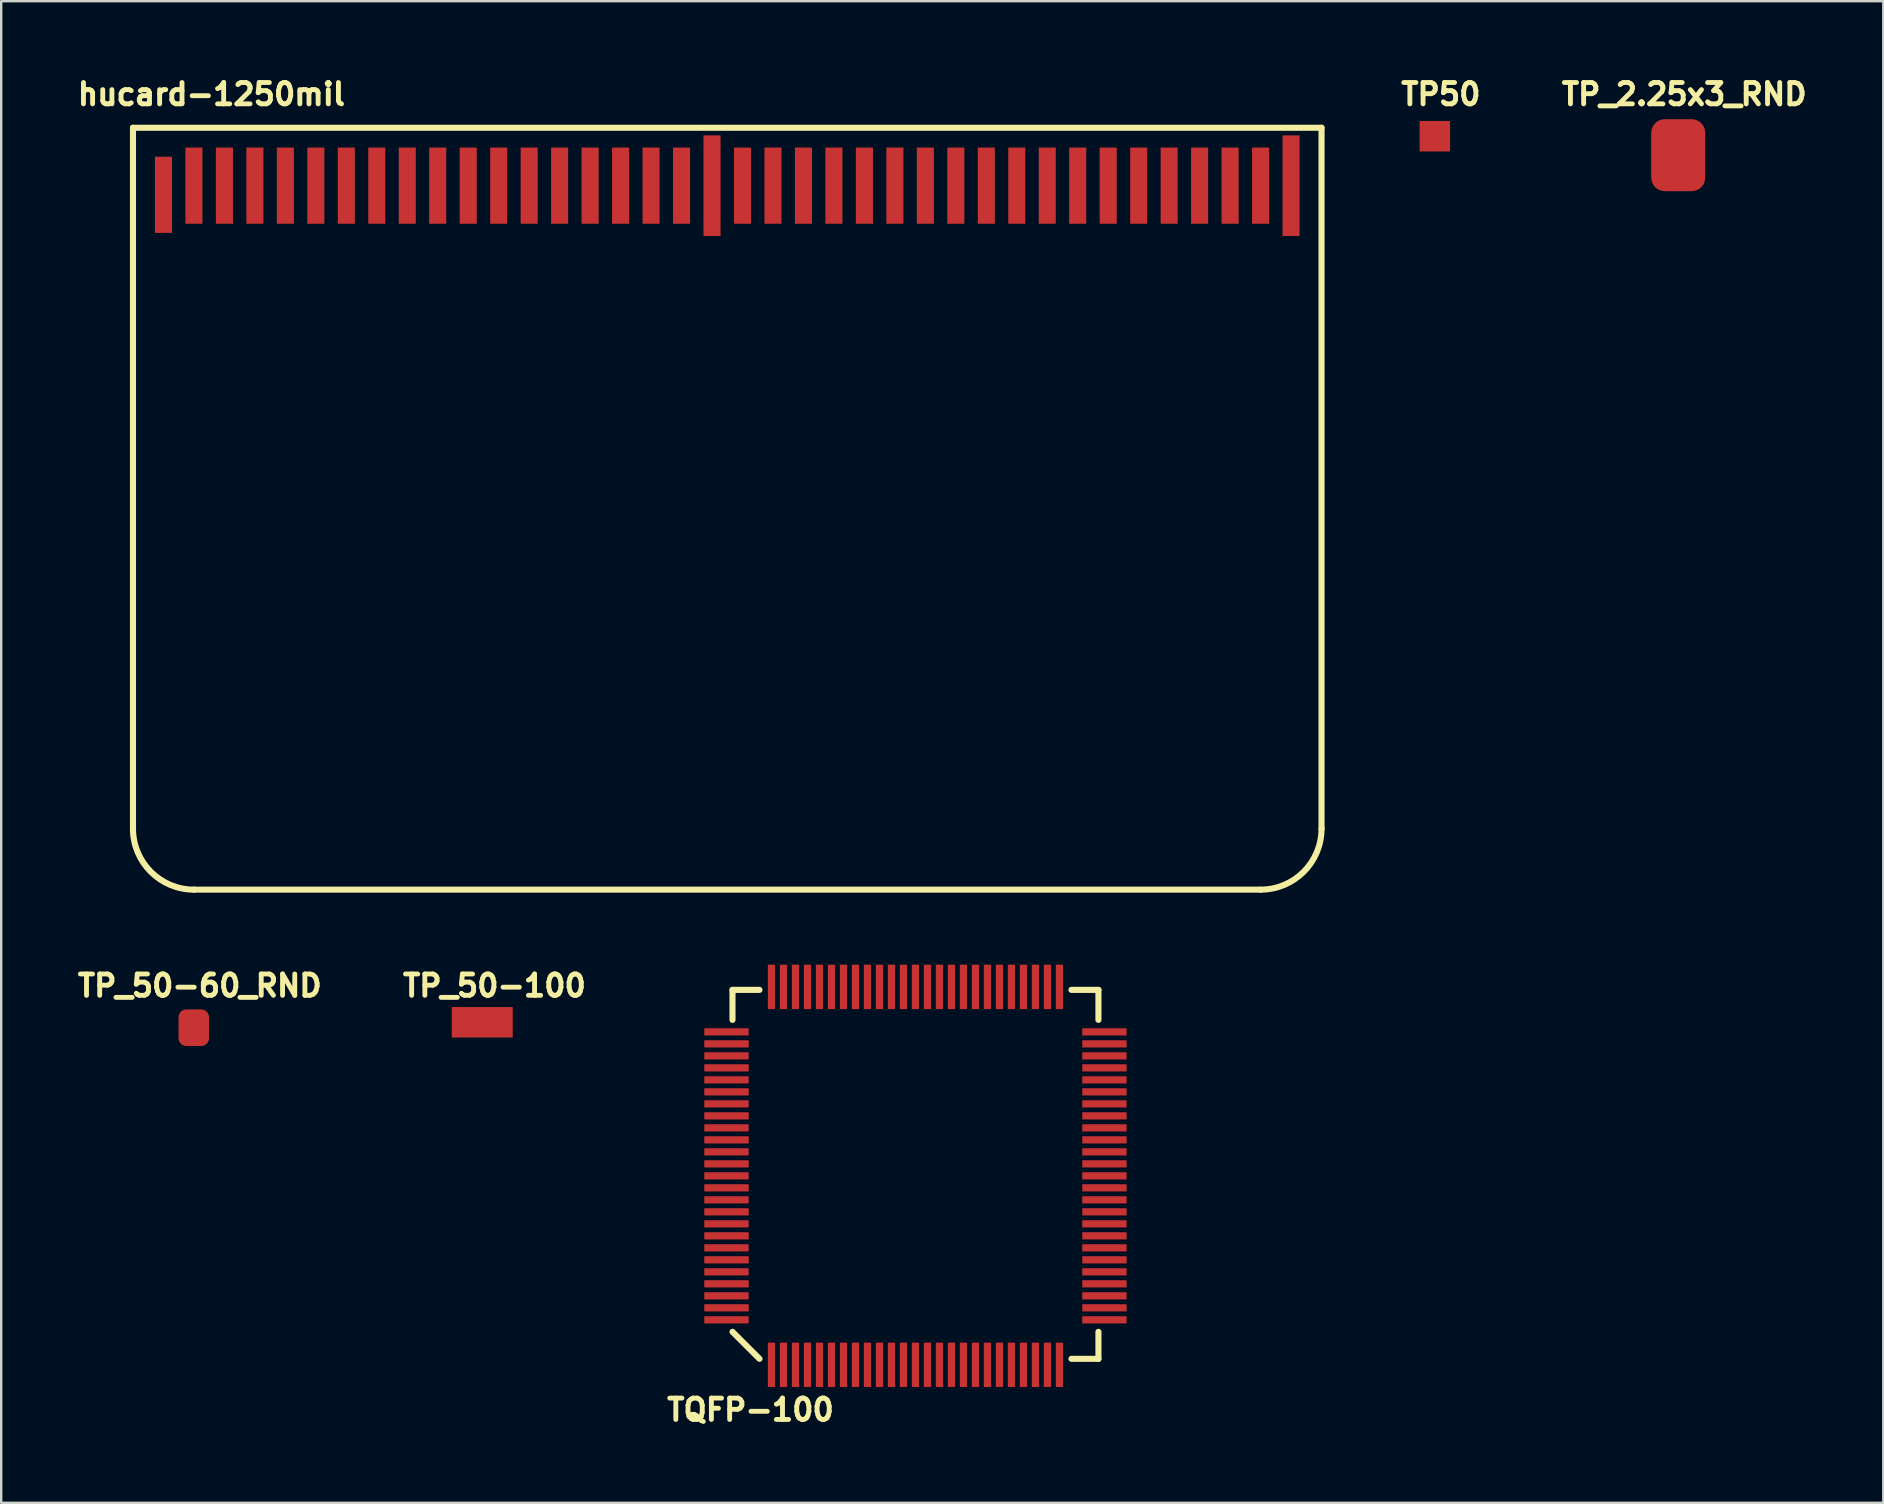
<source format=kicad_pcb>
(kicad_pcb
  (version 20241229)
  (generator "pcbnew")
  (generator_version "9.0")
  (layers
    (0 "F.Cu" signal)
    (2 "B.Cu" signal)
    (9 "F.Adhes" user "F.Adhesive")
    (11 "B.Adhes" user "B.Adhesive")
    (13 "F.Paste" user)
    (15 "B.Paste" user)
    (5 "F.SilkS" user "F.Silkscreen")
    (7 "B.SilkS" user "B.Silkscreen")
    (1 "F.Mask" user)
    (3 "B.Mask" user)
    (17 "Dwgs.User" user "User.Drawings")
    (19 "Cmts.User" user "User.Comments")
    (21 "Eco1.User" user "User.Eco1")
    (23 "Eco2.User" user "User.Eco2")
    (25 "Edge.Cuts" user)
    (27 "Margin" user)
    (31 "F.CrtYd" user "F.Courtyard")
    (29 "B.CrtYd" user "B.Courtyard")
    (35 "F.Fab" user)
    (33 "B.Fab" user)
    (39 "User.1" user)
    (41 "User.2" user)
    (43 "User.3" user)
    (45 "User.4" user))
  (footprint "TP50"
    (layer "F.Cu")
    (at 56.744 2.627)
    (property "Reference" "TP50" (at 0.25 -1.75 0) (layer "F.SilkS") (effects (font (size 0.889 0.889) (thickness 0.203))))
    (attr through_hole)
    (pad "1" smd rect (at 0 0) (size 1.27 1.27) (layers "F.Cu" "F.Mask" "F.Paste")))
  (footprint "hucard-1250mil"
    (layer "F.Cu")
    (at 3.762 4.687)
    (property "Reference" "hucard-1250mil" (at 2 -3.81 0) (layer "F.SilkS") (effects (font (size 0.889 0.889) (thickness 0.203))))
    (attr through_hole)
    (fp_line (start -1.27 -2.413) (end -1.27 26.797) (stroke (width 0.254) (type solid)) (layer "F.SilkS"))
    (fp_line (start -1.27 -2.413) (end 48.26 -2.413) (stroke (width 0.254) (type solid)) (layer "F.SilkS"))
    (fp_line (start 45.72 29.337) (end 1.27 29.337) (stroke (width 0.254) (type solid)) (layer "F.SilkS"))
    (fp_line (start 48.26 -2.413) (end 48.26 26.797) (stroke (width 0.254) (type solid)) (layer "F.SilkS"))
    (fp_arc (start 1.27 29.337) (mid -0.526051 28.593051) (end -1.27 26.797) (stroke (width 0.254) (type solid)) (layer "F.SilkS"))
    (fp_arc (start 48.26 26.797) (mid 47.516051 28.593051) (end 45.72 29.337) (stroke (width 0.254) (type solid)) (layer "F.SilkS"))
    (pad "1" smd rect (at 0 0.381) (size 0.711 3.175) (layers "F.Cu" "F.Mask" "F.Paste"))
    (pad "2" smd rect (at 1.27 0) (size 0.711 3.175) (layers "F.Cu" "F.Mask" "F.Paste"))
    (pad "3" smd rect (at 2.54 0) (size 0.711 3.175) (layers "F.Cu" "F.Mask" "F.Paste"))
    (pad "4" smd rect (at 3.81 0) (size 0.711 3.175) (layers "F.Cu" "F.Mask" "F.Paste"))
    (pad "5" smd rect (at 5.08 0) (size 0.711 3.175) (layers "F.Cu" "F.Mask" "F.Paste"))
    (pad "6" smd rect (at 6.35 0) (size 0.711 3.175) (layers "F.Cu" "F.Mask" "F.Paste"))
    (pad "7" smd rect (at 7.62 0) (size 0.711 3.175) (layers "F.Cu" "F.Mask" "F.Paste"))
    (pad "8" smd rect (at 8.89 0) (size 0.711 3.175) (layers "F.Cu" "F.Mask" "F.Paste"))
    (pad "9" smd rect (at 10.16 0) (size 0.711 3.175) (layers "F.Cu" "F.Mask" "F.Paste"))
    (pad "10" smd rect (at 11.43 0) (size 0.711 3.175) (layers "F.Cu" "F.Mask" "F.Paste"))
    (pad "11" smd rect (at 12.7 0) (size 0.711 3.175) (layers "F.Cu" "F.Mask" "F.Paste"))
    (pad "12" smd rect (at 13.97 0) (size 0.711 3.175) (layers "F.Cu" "F.Mask" "F.Paste"))
    (pad "13" smd rect (at 15.24 0) (size 0.711 3.175) (layers "F.Cu" "F.Mask" "F.Paste"))
    (pad "14" smd rect (at 16.51 0) (size 0.711 3.175) (layers "F.Cu" "F.Mask" "F.Paste"))
    (pad "15" smd rect (at 17.78 0) (size 0.711 3.175) (layers "F.Cu" "F.Mask" "F.Paste"))
    (pad "16" smd rect (at 19.05 0) (size 0.711 3.175) (layers "F.Cu" "F.Mask" "F.Paste"))
    (pad "17" smd rect (at 20.32 0) (size 0.711 3.175) (layers "F.Cu" "F.Mask" "F.Paste"))
    (pad "18" smd rect (at 21.59 0) (size 0.711 3.175) (layers "F.Cu" "F.Mask" "F.Paste"))
    (pad "19" smd rect (at 22.86 0) (size 0.711 4.191) (layers "F.Cu" "F.Mask" "F.Paste"))
    (pad "20" smd rect (at 24.13 0) (size 0.711 3.175) (layers "F.Cu" "F.Mask" "F.Paste"))
    (pad "21" smd rect (at 25.4 0) (size 0.711 3.175) (layers "F.Cu" "F.Mask" "F.Paste"))
    (pad "22" smd rect (at 26.67 0) (size 0.711 3.175) (layers "F.Cu" "F.Mask" "F.Paste"))
    (pad "23" smd rect (at 27.94 0) (size 0.711 3.175) (layers "F.Cu" "F.Mask" "F.Paste"))
    (pad "24" smd rect (at 29.21 0) (size 0.711 3.175) (layers "F.Cu" "F.Mask" "F.Paste"))
    (pad "25" smd rect (at 30.48 0) (size 0.711 3.175) (layers "F.Cu" "F.Mask" "F.Paste"))
    (pad "26" smd rect (at 31.75 0) (size 0.711 3.175) (layers "F.Cu" "F.Mask" "F.Paste"))
    (pad "27" smd rect (at 33.02 0) (size 0.711 3.175) (layers "F.Cu" "F.Mask" "F.Paste"))
    (pad "28" smd rect (at 34.29 0) (size 0.711 3.175) (layers "F.Cu" "F.Mask" "F.Paste"))
    (pad "29" smd rect (at 35.56 0) (size 0.711 3.175) (layers "F.Cu" "F.Mask" "F.Paste"))
    (pad "30" smd rect (at 36.83 0) (size 0.711 3.175) (layers "F.Cu" "F.Mask" "F.Paste"))
    (pad "31" smd rect (at 38.1 0) (size 0.711 3.175) (layers "F.Cu" "F.Mask" "F.Paste"))
    (pad "32" smd rect (at 39.37 0) (size 0.711 3.175) (layers "F.Cu" "F.Mask" "F.Paste"))
    (pad "33" smd rect (at 40.64 0) (size 0.711 3.175) (layers "F.Cu" "F.Mask" "F.Paste"))
    (pad "34" smd rect (at 41.91 0) (size 0.711 3.175) (layers "F.Cu" "F.Mask" "F.Paste"))
    (pad "35" smd rect (at 43.18 0) (size 0.711 3.175) (layers "F.Cu" "F.Mask" "F.Paste"))
    (pad "36" smd rect (at 44.45 0) (size 0.711 3.175) (layers "F.Cu" "F.Mask" "F.Paste"))
    (pad "37" smd rect (at 45.72 0) (size 0.711 3.175) (layers "F.Cu" "F.Mask" "F.Paste"))
    (pad "38" smd rect (at 46.99 0) (size 0.711 4.191) (layers "F.Cu" "F.Mask" "F.Paste")))
  (footprint "TP_50-60_RND"
    (layer "F.Cu")
    (at 5.025 39.777)
    (property "Reference" "TP_50-60_RND" (at 0.25 -1.75 0) (layer "F.SilkS") (effects (font (size 0.889 0.889) (thickness 0.203))))
    (attr through_hole)
    (pad "1" smd roundrect (at 0 0) (size 1.27 1.524) (layers "F.Cu" "F.Mask" "F.Paste") (roundrect_rratio 0.25)))
  (footprint "TP_2.25x3_RND"
    (layer "F.Cu")
    (at 66.886 3.417)
    (property "Reference" "TP_2.25x3_RND" (at 0.25 -2.54 0) (layer "F.SilkS") (effects (font (size 0.889 0.889) (thickness 0.203))))
    (attr through_hole)
    (pad "1" smd roundrect (at 0 0) (size 2.25 3) (layers "F.Cu" "F.Mask" "F.Paste") (roundrect_rratio 0.25)))
  (footprint "TQFP-100"
    (layer "F.Cu")
    (at 29.1 53.826)
    (property "Reference" "TQFP-100" (at -0.875 1.875 0) (layer "F.SilkS") (effects (font (size 0.889 0.889) (thickness 0.203))))
    (attr through_hole)
    (fp_line (start -1.625 -15.625) (end -1.625 -14.375) (stroke (width 0.254) (type solid)) (layer "F.SilkS"))
    (fp_line (start -1.625 -1.375) (end -0.5 -0.25) (stroke (width 0.254) (type solid)) (layer "F.SilkS"))
    (fp_line (start -0.5 -15.625) (end -1.625 -15.625) (stroke (width 0.254) (type solid)) (layer "F.SilkS"))
    (fp_line (start 12.5 -0.25) (end 13.625 -0.25) (stroke (width 0.254) (type solid)) (layer "F.SilkS"))
    (fp_line (start 13.625 -15.625) (end 12.5 -15.625) (stroke (width 0.254) (type solid)) (layer "F.SilkS"))
    (fp_line (start 13.625 -14.375) (end 13.625 -15.625) (stroke (width 0.254) (type solid)) (layer "F.SilkS"))
    (fp_line (start 13.625 -0.25) (end 13.625 -1.375) (stroke (width 0.254) (type solid)) (layer "F.SilkS"))
    (pad "1" smd rect (at 0 0 90) (size 1.85 0.3) (layers "F.Cu" "F.Mask" "F.Paste"))
    (pad "2" smd rect (at 0.5 0 90) (size 1.85 0.3) (layers "F.Cu" "F.Mask" "F.Paste"))
    (pad "3" smd rect (at 1 0 90) (size 1.85 0.3) (layers "F.Cu" "F.Mask" "F.Paste"))
    (pad "4" smd rect (at 1.5 0 90) (size 1.85 0.3) (layers "F.Cu" "F.Mask" "F.Paste"))
    (pad "5" smd rect (at 2 0 90) (size 1.85 0.3) (layers "F.Cu" "F.Mask" "F.Paste"))
    (pad "6" smd rect (at 2.5 0 90) (size 1.85 0.3) (layers "F.Cu" "F.Mask" "F.Paste"))
    (pad "7" smd rect (at 3 0 90) (size 1.85 0.3) (layers "F.Cu" "F.Mask" "F.Paste"))
    (pad "8" smd rect (at 3.5 0 90) (size 1.85 0.3) (layers "F.Cu" "F.Mask" "F.Paste"))
    (pad "9" smd rect (at 4 0 90) (size 1.85 0.3) (layers "F.Cu" "F.Mask" "F.Paste"))
    (pad "10" smd rect (at 4.5 0 90) (size 1.85 0.3) (layers "F.Cu" "F.Mask" "F.Paste"))
    (pad "11" smd rect (at 5 0 90) (size 1.85 0.3) (layers "F.Cu" "F.Mask" "F.Paste"))
    (pad "12" smd rect (at 5.5 0 90) (size 1.85 0.3) (layers "F.Cu" "F.Mask" "F.Paste"))
    (pad "13" smd rect (at 6 0 90) (size 1.85 0.3) (layers "F.Cu" "F.Mask" "F.Paste"))
    (pad "14" smd rect (at 6.5 0 90) (size 1.85 0.3) (layers "F.Cu" "F.Mask" "F.Paste"))
    (pad "15" smd rect (at 7 0 90) (size 1.85 0.3) (layers "F.Cu" "F.Mask" "F.Paste"))
    (pad "16" smd rect (at 7.5 0 90) (size 1.85 0.3) (layers "F.Cu" "F.Mask" "F.Paste"))
    (pad "17" smd rect (at 8 0 90) (size 1.85 0.3) (layers "F.Cu" "F.Mask" "F.Paste"))
    (pad "18" smd rect (at 8.5 0 90) (size 1.85 0.3) (layers "F.Cu" "F.Mask" "F.Paste"))
    (pad "19" smd rect (at 9 0 90) (size 1.85 0.3) (layers "F.Cu" "F.Mask" "F.Paste"))
    (pad "20" smd rect (at 9.5 0 90) (size 1.85 0.3) (layers "F.Cu" "F.Mask" "F.Paste"))
    (pad "21" smd rect (at 10 0 90) (size 1.85 0.3) (layers "F.Cu" "F.Mask" "F.Paste"))
    (pad "22" smd rect (at 10.5 0 90) (size 1.85 0.3) (layers "F.Cu" "F.Mask" "F.Paste"))
    (pad "23" smd rect (at 11 0 90) (size 1.85 0.3) (layers "F.Cu" "F.Mask" "F.Paste"))
    (pad "24" smd rect (at 11.5 0 90) (size 1.85 0.3) (layers "F.Cu" "F.Mask" "F.Paste"))
    (pad "25" smd rect (at 12 0 90) (size 1.85 0.3) (layers "F.Cu" "F.Mask" "F.Paste"))
    (pad "26" smd rect (at 13.875 -1.875 180) (size 1.85 0.3) (layers "F.Cu" "F.Mask" "F.Paste"))
    (pad "27" smd rect (at 13.875 -2.375) (size 1.85 0.3) (layers "F.Cu" "F.Mask" "F.Paste"))
    (pad "28" smd rect (at 13.875 -2.875 180) (size 1.85 0.3) (layers "F.Cu" "F.Mask" "F.Paste"))
    (pad "29" smd rect (at 13.875 -3.375 180) (size 1.85 0.3) (layers "F.Cu" "F.Mask" "F.Paste"))
    (pad "30" smd rect (at 13.875 -3.875 180) (size 1.85 0.3) (layers "F.Cu" "F.Mask" "F.Paste"))
    (pad "31" smd rect (at 13.875 -4.375 180) (size 1.85 0.3) (layers "F.Cu" "F.Mask" "F.Paste"))
    (pad "32" smd rect (at 13.875 -4.875 180) (size 1.85 0.3) (layers "F.Cu" "F.Mask" "F.Paste"))
    (pad "33" smd rect (at 13.875 -5.375 180) (size 1.85 0.3) (layers "F.Cu" "F.Mask" "F.Paste"))
    (pad "34" smd rect (at 13.875 -5.875 180) (size 1.85 0.3) (layers "F.Cu" "F.Mask" "F.Paste"))
    (pad "35" smd rect (at 13.875 -6.375 180) (size 1.85 0.3) (layers "F.Cu" "F.Mask" "F.Paste"))
    (pad "36" smd rect (at 13.875 -6.875 180) (size 1.85 0.3) (layers "F.Cu" "F.Mask" "F.Paste"))
    (pad "37" smd rect (at 13.875 -7.375 180) (size 1.85 0.3) (layers "F.Cu" "F.Mask" "F.Paste"))
    (pad "38" smd rect (at 13.875 -7.875 180) (size 1.85 0.3) (layers "F.Cu" "F.Mask" "F.Paste"))
    (pad "39" smd rect (at 13.875 -8.375 180) (size 1.85 0.3) (layers "F.Cu" "F.Mask" "F.Paste"))
    (pad "40" smd rect (at 13.875 -8.875 180) (size 1.85 0.3) (layers "F.Cu" "F.Mask" "F.Paste"))
    (pad "41" smd rect (at 13.875 -9.375 180) (size 1.85 0.3) (layers "F.Cu" "F.Mask" "F.Paste"))
    (pad "42" smd rect (at 13.875 -9.875 180) (size 1.85 0.3) (layers "F.Cu" "F.Mask" "F.Paste"))
    (pad "43" smd rect (at 13.875 -10.375 180) (size 1.85 0.3) (layers "F.Cu" "F.Mask" "F.Paste"))
    (pad "44" smd rect (at 13.875 -10.875 180) (size 1.85 0.3) (layers "F.Cu" "F.Mask" "F.Paste"))
    (pad "45" smd rect (at 13.875 -11.375 180) (size 1.85 0.3) (layers "F.Cu" "F.Mask" "F.Paste"))
    (pad "46" smd rect (at 13.875 -11.875 180) (size 1.85 0.3) (layers "F.Cu" "F.Mask" "F.Paste"))
    (pad "47" smd rect (at 13.875 -12.375 180) (size 1.85 0.3) (layers "F.Cu" "F.Mask" "F.Paste"))
    (pad "48" smd rect (at 13.875 -12.875 180) (size 1.85 0.3) (layers "F.Cu" "F.Mask" "F.Paste"))
    (pad "49" smd rect (at 13.875 -13.375 180) (size 1.85 0.3) (layers "F.Cu" "F.Mask" "F.Paste"))
    (pad "50" smd rect (at 13.875 -13.875 180) (size 1.85 0.3) (layers "F.Cu" "F.Mask" "F.Paste"))
    (pad "51" smd rect (at 12 -15.75 90) (size 1.85 0.3) (layers "F.Cu" "F.Mask" "F.Paste"))
    (pad "52" smd rect (at 11.5 -15.75 90) (size 1.85 0.3) (layers "F.Cu" "F.Mask" "F.Paste"))
    (pad "53" smd rect (at 11 -15.75 90) (size 1.85 0.3) (layers "F.Cu" "F.Mask" "F.Paste"))
    (pad "54" smd rect (at 10.5 -15.75 90) (size 1.85 0.3) (layers "F.Cu" "F.Mask" "F.Paste"))
    (pad "55" smd rect (at 10 -15.75 90) (size 1.85 0.3) (layers "F.Cu" "F.Mask" "F.Paste"))
    (pad "56" smd rect (at 9.5 -15.75 90) (size 1.85 0.3) (layers "F.Cu" "F.Mask" "F.Paste"))
    (pad "57" smd rect (at 9 -15.75 90) (size 1.85 0.3) (layers "F.Cu" "F.Mask" "F.Paste"))
    (pad "58" smd rect (at 8.5 -15.75 90) (size 1.85 0.3) (layers "F.Cu" "F.Mask" "F.Paste"))
    (pad "59" smd rect (at 8 -15.75 90) (size 1.85 0.3) (layers "F.Cu" "F.Mask" "F.Paste"))
    (pad "60" smd rect (at 7.5 -15.75 90) (size 1.85 0.3) (layers "F.Cu" "F.Mask" "F.Paste"))
    (pad "61" smd rect (at 7 -15.75 90) (size 1.85 0.3) (layers "F.Cu" "F.Mask" "F.Paste"))
    (pad "62" smd rect (at 6.5 -15.75 90) (size 1.85 0.3) (layers "F.Cu" "F.Mask" "F.Paste"))
    (pad "63" smd rect (at 6 -15.75 90) (size 1.85 0.3) (layers "F.Cu" "F.Mask" "F.Paste"))
    (pad "64" smd rect (at 5.5 -15.75 90) (size 1.85 0.3) (layers "F.Cu" "F.Mask" "F.Paste"))
    (pad "65" smd rect (at 5 -15.75 90) (size 1.85 0.3) (layers "F.Cu" "F.Mask" "F.Paste"))
    (pad "66" smd rect (at 4.5 -15.75 90) (size 1.85 0.3) (layers "F.Cu" "F.Mask" "F.Paste"))
    (pad "67" smd rect (at 4 -15.75 90) (size 1.85 0.3) (layers "F.Cu" "F.Mask" "F.Paste"))
    (pad "68" smd rect (at 3.5 -15.75 90) (size 1.85 0.3) (layers "F.Cu" "F.Mask" "F.Paste"))
    (pad "69" smd rect (at 3 -15.75 90) (size 1.85 0.3) (layers "F.Cu" "F.Mask" "F.Paste"))
    (pad "70" smd rect (at 2.5 -15.75 90) (size 1.85 0.3) (layers "F.Cu" "F.Mask" "F.Paste"))
    (pad "71" smd rect (at 2 -15.75 90) (size 1.85 0.3) (layers "F.Cu" "F.Mask" "F.Paste"))
    (pad "72" smd rect (at 1.5 -15.75 90) (size 1.85 0.3) (layers "F.Cu" "F.Mask" "F.Paste"))
    (pad "73" smd rect (at 1 -15.75 90) (size 1.85 0.3) (layers "F.Cu" "F.Mask" "F.Paste"))
    (pad "74" smd rect (at 0.5 -15.75 90) (size 1.85 0.3) (layers "F.Cu" "F.Mask" "F.Paste"))
    (pad "75" smd rect (at 0 -15.75 90) (size 1.85 0.3) (layers "F.Cu" "F.Mask" "F.Paste"))
    (pad "76" smd rect (at -1.875 -13.875 180) (size 1.85 0.3) (layers "F.Cu" "F.Mask" "F.Paste"))
    (pad "77" smd rect (at -1.875 -13.375 180) (size 1.85 0.3) (layers "F.Cu" "F.Mask" "F.Paste"))
    (pad "78" smd rect (at -1.875 -12.875 180) (size 1.85 0.3) (layers "F.Cu" "F.Mask" "F.Paste"))
    (pad "79" smd rect (at -1.875 -12.375 180) (size 1.85 0.3) (layers "F.Cu" "F.Mask" "F.Paste"))
    (pad "80" smd rect (at -1.875 -11.875 180) (size 1.85 0.3) (layers "F.Cu" "F.Mask" "F.Paste"))
    (pad "81" smd rect (at -1.875 -11.375 180) (size 1.85 0.3) (layers "F.Cu" "F.Mask" "F.Paste"))
    (pad "82" smd rect (at -1.875 -10.875 180) (size 1.85 0.3) (layers "F.Cu" "F.Mask" "F.Paste"))
    (pad "83" smd rect (at -1.875 -10.375 180) (size 1.85 0.3) (layers "F.Cu" "F.Mask" "F.Paste"))
    (pad "84" smd rect (at -1.875 -9.875 180) (size 1.85 0.3) (layers "F.Cu" "F.Mask" "F.Paste"))
    (pad "85" smd rect (at -1.875 -9.375 180) (size 1.85 0.3) (layers "F.Cu" "F.Mask" "F.Paste"))
    (pad "86" smd rect (at -1.875 -8.875 180) (size 1.85 0.3) (layers "F.Cu" "F.Mask" "F.Paste"))
    (pad "87" smd rect (at -1.875 -8.375 180) (size 1.85 0.3) (layers "F.Cu" "F.Mask" "F.Paste"))
    (pad "88" smd rect (at -1.875 -7.875 180) (size 1.85 0.3) (layers "F.Cu" "F.Mask" "F.Paste"))
    (pad "89" smd rect (at -1.875 -7.375 180) (size 1.85 0.3) (layers "F.Cu" "F.Mask" "F.Paste"))
    (pad "90" smd rect (at -1.875 -6.875 180) (size 1.85 0.3) (layers "F.Cu" "F.Mask" "F.Paste"))
    (pad "91" smd rect (at -1.875 -6.375 180) (size 1.85 0.3) (layers "F.Cu" "F.Mask" "F.Paste"))
    (pad "92" smd rect (at -1.875 -5.875 180) (size 1.85 0.3) (layers "F.Cu" "F.Mask" "F.Paste"))
    (pad "93" smd rect (at -1.875 -5.375 180) (size 1.85 0.3) (layers "F.Cu" "F.Mask" "F.Paste"))
    (pad "94" smd rect (at -1.875 -4.875 180) (size 1.85 0.3) (layers "F.Cu" "F.Mask" "F.Paste"))
    (pad "95" smd rect (at -1.875 -4.375 180) (size 1.85 0.3) (layers "F.Cu" "F.Mask" "F.Paste"))
    (pad "96" smd rect (at -1.875 -3.875 180) (size 1.85 0.3) (layers "F.Cu" "F.Mask" "F.Paste"))
    (pad "97" smd rect (at -1.875 -3.375 180) (size 1.85 0.3) (layers "F.Cu" "F.Mask" "F.Paste"))
    (pad "98" smd rect (at -1.875 -2.875 180) (size 1.85 0.3) (layers "F.Cu" "F.Mask" "F.Paste"))
    (pad "99" smd rect (at -1.875 -2.375 180) (size 1.85 0.3) (layers "F.Cu" "F.Mask" "F.Paste"))
    (pad "100" smd rect (at -1.875 -1.875 180) (size 1.85 0.3) (layers "F.Cu" "F.Mask" "F.Paste")))
  (footprint "TP_50-100"
    (layer "F.Cu")
    (at 17.046 39.551)
    (property "Reference" "TP_50-100" (at 0.508 -1.524 0) (layer "F.SilkS") (effects (font (size 0.889 0.889) (thickness 0.203))))
    (attr through_hole)
    (pad "1" smd rect (at 0 0) (size 2.54 1.27) (layers "F.Cu" "F.Mask" "F.Paste")))
  (gr_rect
    (start -3 -3)
    (end 75.432 59.577)
    (stroke (width 0.1) (type default))
    (fill no)
    (layer "Edge.Cuts")))
</source>
